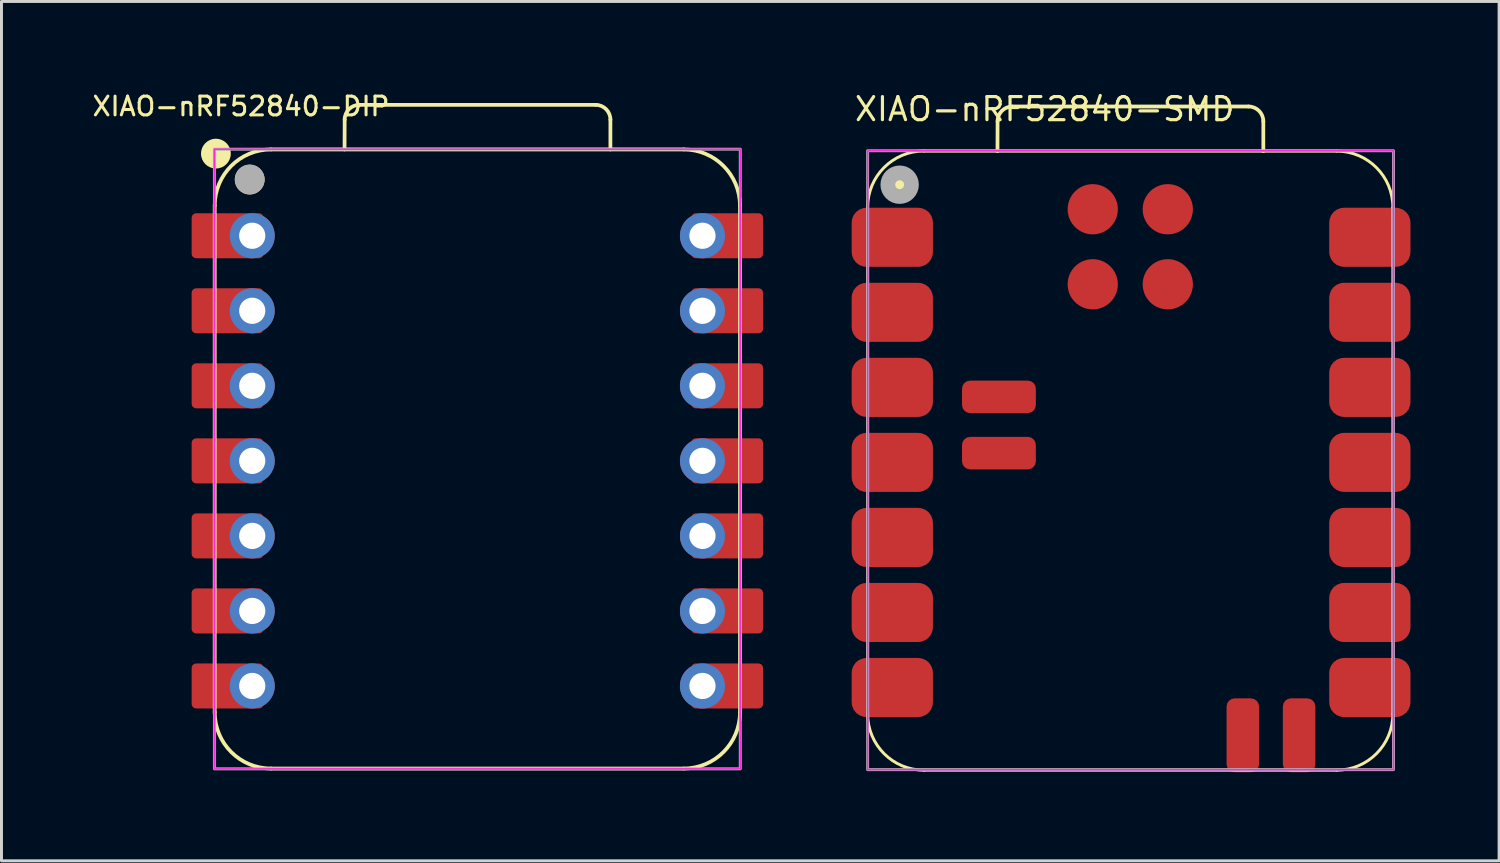
<source format=kicad_pcb>
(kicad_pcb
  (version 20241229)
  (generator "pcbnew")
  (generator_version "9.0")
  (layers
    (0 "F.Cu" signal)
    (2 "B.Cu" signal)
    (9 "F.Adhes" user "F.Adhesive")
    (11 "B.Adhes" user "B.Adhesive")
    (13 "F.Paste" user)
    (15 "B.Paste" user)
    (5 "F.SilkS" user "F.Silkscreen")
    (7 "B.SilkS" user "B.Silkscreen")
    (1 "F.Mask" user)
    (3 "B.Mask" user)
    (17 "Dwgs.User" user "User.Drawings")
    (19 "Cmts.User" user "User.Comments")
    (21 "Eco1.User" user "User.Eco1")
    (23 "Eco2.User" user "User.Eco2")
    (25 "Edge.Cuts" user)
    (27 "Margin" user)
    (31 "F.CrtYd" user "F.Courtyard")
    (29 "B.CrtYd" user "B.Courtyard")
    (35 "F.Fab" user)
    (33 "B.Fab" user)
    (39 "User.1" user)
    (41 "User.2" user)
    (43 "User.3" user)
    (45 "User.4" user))
  (footprint "XIAO-nRF52840-SMD"
    (layer "F.Cu")
    (at 35.264 12.602)
    (property "Reference" "XIAO-nRF52840-SMD" (at -9.445 -11.5 0) (layer "F.SilkS") (effects (font (size 0.782 0.782) (thickness 0.107)) (justify left bottom)))
    (attr smd)
    (fp_line (start -8.945 8.513) (end -8.945 -8.632) (stroke (width 0.1) (type solid)) (layer "F.SilkS"))
    (fp_line (start -7.04 10.418) (end 6.93 10.418) (stroke (width 0.1) (type solid)) (layer "F.SilkS"))
    (fp_line (start -4.55 -10.537) (end -4.546 -11.547) (stroke (width 0.127) (type solid)) (layer "F.SilkS"))
    (fp_line (start -4.046 -12.047) (end 3.949 -12.047) (stroke (width 0.127) (type solid)) (layer "F.SilkS"))
    (fp_line (start 4.449 -11.547) (end 4.449 -10.537) (stroke (width 0.127) (type solid)) (layer "F.SilkS"))
    (fp_line (start 6.93 -10.537) (end -7.04 -10.537) (stroke (width 0.1) (type solid)) (layer "F.SilkS"))
    (fp_line (start 8.835 8.513) (end 8.835 -8.632) (stroke (width 0.1) (type solid)) (layer "F.SilkS"))
    (fp_arc (start -8.945 -8.636) (mid -8.387038 -9.983038) (end -7.04 -10.541) (stroke (width 0.1) (type solid)) (layer "F.SilkS"))
    (fp_arc (start -7.04 10.418) (mid -8.387038 9.860038) (end -8.945 8.513) (stroke (width 0.1) (type solid)) (layer "F.SilkS"))
    (fp_arc (start -4.546272 -11.547272) (mid -4.399724 -11.900644) (end -4.046272 -12.047) (stroke (width 0.127) (type default)) (layer "F.SilkS"))
    (fp_arc (start 3.949 -12.047) (mid 4.302524 -11.900524) (end 4.449 -11.547) (stroke (width 0.127) (type default)) (layer "F.SilkS"))
    (fp_arc (start 6.93 -10.537) (mid 8.277024 -9.979024) (end 8.835 -8.632) (stroke (width 0.1) (type solid)) (layer "F.SilkS"))
    (fp_arc (start 8.835 8.513) (mid 8.277038 9.860038) (end 6.93 10.418) (stroke (width 0.1) (type solid)) (layer "F.SilkS"))
    (fp_circle (center -7.881 -9.404) (end -7.731 -9.404) (stroke (width 0.5) (type solid)) (fill yes) (layer "F.SilkS"))
    (fp_rect (start -8.945 -10.55) (end 8.855 10.4) (stroke (width 0.05) (type default)) (fill no) (layer "F.CrtYd"))
    (fp_rect (start -8.945 -10.55) (end 8.855 10.4) (stroke (width 0.1) (type default)) (fill no) (layer "F.Fab"))
    (fp_circle (center -7.861 -9.4) (end -7.711 -9.4) (stroke (width 0.5) (type solid)) (fill no) (layer "F.Fab"))
    (pad "1" smd roundrect (at -8.11 -7.62) (size 2.75 2) (layers "F.Cu" "F.Mask" "F.Paste") (roundrect_rratio 0.25))
    (pad "2" smd roundrect (at -8.11 -5.08) (size 2.75 2) (layers "F.Cu" "F.Mask" "F.Paste") (roundrect_rratio 0.25))
    (pad "3" smd roundrect (at -8.11 -2.54) (size 2.75 2) (layers "F.Cu" "F.Mask" "F.Paste") (roundrect_rratio 0.25))
    (pad "4" smd roundrect (at -8.11 0) (size 2.75 2) (layers "F.Cu" "F.Mask" "F.Paste") (roundrect_rratio 0.25))
    (pad "5" smd roundrect (at -8.11 2.54) (size 2.75 2) (layers "F.Cu" "F.Mask" "F.Paste") (roundrect_rratio 0.25))
    (pad "6" smd roundrect (at -8.11 5.08) (size 2.75 2) (layers "F.Cu" "F.Mask" "F.Paste") (roundrect_rratio 0.25))
    (pad "7" smd roundrect (at -8.11 7.62) (size 2.75 2) (layers "F.Cu" "F.Mask" "F.Paste") (roundrect_rratio 0.25))
    (pad "8" smd roundrect (at 8.055 7.62) (size 2.75 2) (layers "F.Cu" "F.Mask" "F.Paste") (roundrect_rratio 0.25))
    (pad "9" smd roundrect (at 8.055 5.08) (size 2.75 2) (layers "F.Cu" "F.Mask" "F.Paste") (roundrect_rratio 0.25))
    (pad "10" smd roundrect (at 8.055 2.54) (size 2.75 2) (layers "F.Cu" "F.Mask" "F.Paste") (roundrect_rratio 0.25))
    (pad "11" smd roundrect (at 8.055 0) (size 2.75 2) (layers "F.Cu" "F.Mask" "F.Paste") (roundrect_rratio 0.25))
    (pad "12" smd roundrect (at 8.055 -2.54) (size 2.75 2) (layers "F.Cu" "F.Mask" "F.Paste") (roundrect_rratio 0.25))
    (pad "13" smd roundrect (at 8.055 -5.08) (size 2.75 2) (layers "F.Cu" "F.Mask" "F.Paste") (roundrect_rratio 0.25))
    (pad "14" smd roundrect (at 8.055 -7.62) (size 2.75 2) (layers "F.Cu" "F.Mask" "F.Paste") (roundrect_rratio 0.25))
    (pad "15" smd roundrect (at -4.5 -0.314 180) (size 2.5 1.1) (layers "F.Cu" "F.Mask" "F.Paste") (roundrect_rratio 0.25))
    (pad "16" smd roundrect (at -4.5 -2.219 180) (size 2.5 1.1) (layers "F.Cu" "F.Mask" "F.Paste") (roundrect_rratio 0.25))
    (pad "17" smd roundrect (at 3.755 9.237 270) (size 2.5 1.1) (layers "F.Cu" "F.Mask" "F.Paste") (roundrect_rratio 0.25))
    (pad "18" smd roundrect (at 5.66 9.237 270) (size 2.5 1.1) (layers "F.Cu" "F.Mask" "F.Paste") (roundrect_rratio 0.25))
    (pad "19" smd circle (at -1.325 -8.569) (size 1.7 1.7) (layers "F.Cu" "F.Mask" "F.Paste"))
    (pad "20" smd circle (at 1.215 -8.569) (size 1.7 1.7) (layers "F.Cu" "F.Mask" "F.Paste"))
    (pad "21" smd circle (at -1.325 -6.029) (size 1.7 1.7) (layers "F.Cu" "F.Mask" "F.Paste"))
    (pad "22" smd circle (at 1.215 -6.029) (size 1.7 1.7) (layers "F.Cu" "F.Mask" "F.Paste")))
  (footprint "XIAO-nRF52840-DIP"
    (layer "F.Cu")
    (at 13.108 12.55)
    (property "Reference" "XIAO-nRF52840-DIP" (at -8 -12 0) (unlocked yes) (layer "F.SilkS") (effects (font (size 0.635 0.635) (thickness 0.102))))
    (attr through_hole)
    (fp_line (start -8.89 8.509) (end -8.89 -8.636) (stroke (width 0.127) (type solid)) (layer "F.SilkS"))
    (fp_line (start -6.985 10.414) (end 6.985 10.414) (stroke (width 0.127) (type solid)) (layer "F.SilkS"))
    (fp_line (start -4.495 -10.541) (end -4.491 -11.551) (stroke (width 0.127) (type solid)) (layer "F.SilkS"))
    (fp_line (start -3.991 -12.051) (end 4.004 -12.051) (stroke (width 0.127) (type solid)) (layer "F.SilkS"))
    (fp_line (start 4.504 -11.551) (end 4.504 -10.541) (stroke (width 0.127) (type solid)) (layer "F.SilkS"))
    (fp_line (start 6.985 -10.541) (end -6.985 -10.541) (stroke (width 0.1) (type solid)) (layer "F.SilkS"))
    (fp_line (start 6.985 -10.541) (end -6.985 -10.541) (stroke (width 0.127) (type solid)) (layer "F.SilkS"))
    (fp_line (start 8.89 8.509) (end 8.89 -8.636) (stroke (width 0.127) (type solid)) (layer "F.SilkS"))
    (fp_arc (start -8.89 -8.636) (mid -8.332038 -9.983038) (end -6.985 -10.541) (stroke (width 0.127) (type solid)) (layer "F.SilkS"))
    (fp_arc (start -6.985 10.414) (mid -8.332038 9.856038) (end -8.89 8.509) (stroke (width 0.127) (type solid)) (layer "F.SilkS"))
    (fp_arc (start -4.491272 -11.551272) (mid -4.344728 -11.90464) (end -3.991272 -12.051) (stroke (width 0.127) (type default)) (layer "F.SilkS"))
    (fp_arc (start 4.004 -12.051) (mid 4.357524 -11.904524) (end 4.504 -11.551) (stroke (width 0.127) (type default)) (layer "F.SilkS"))
    (fp_arc (start 6.985 -10.541) (mid 8.332038 -9.983038) (end 8.89 -8.636) (stroke (width 0.127) (type solid)) (layer "F.SilkS"))
    (fp_arc (start 8.89 8.509) (mid 8.332038 9.856038) (end 6.985 10.414) (stroke (width 0.127) (type solid)) (layer "F.SilkS"))
    (fp_circle (center -8.85 -10.4) (end -8.85 -10.654) (stroke (width 0.5) (type solid)) (fill yes) (layer "F.SilkS"))
    (fp_circle (center -7.707 -9.52) (end -7.707 -9.774) (stroke (width 0.5) (type solid)) (fill yes) (layer "F.SilkS"))
    (fp_rect (start -8.9 -10.55) (end 8.9 10.425) (stroke (width 0.05) (type default)) (fill no) (layer "F.CrtYd"))
    (fp_rect (start -8.9 -10.55) (end 8.9 10.425) (stroke (width 0.1) (type default)) (fill no) (layer "F.Fab"))
    (fp_circle (center -7.704 -9.526) (end -7.704 -9.78) (stroke (width 0.5) (type solid)) (fill no) (layer "F.Fab"))
    (pad "1" smd roundrect (at -8.455 -7.62 180) (size 2.432 1.524) (layers "F.Cu" "F.Mask") (roundrect_rratio 0.1))
    (pad "1" thru_hole circle (at -7.62 -7.62 180) (size 1.524 1.524) (drill 0.889) (layers "*.Cu" "*.Mask"))
    (pad "2" smd roundrect (at -8.455 -5.08 180) (size 2.432 1.524) (layers "F.Cu" "F.Mask") (roundrect_rratio 0.1))
    (pad "2" thru_hole circle (at -7.62 -5.08 180) (size 1.524 1.524) (drill 0.889) (layers "*.Cu" "*.Mask"))
    (pad "3" smd roundrect (at -8.455 -2.54 180) (size 2.432 1.524) (layers "F.Cu" "F.Mask") (roundrect_rratio 0.1))
    (pad "3" thru_hole circle (at -7.62 -2.54 180) (size 1.524 1.524) (drill 0.889) (layers "*.Cu" "*.Mask"))
    (pad "4" smd roundrect (at -8.455 0 180) (size 2.432 1.524) (layers "F.Cu" "F.Mask") (roundrect_rratio 0.1))
    (pad "4" thru_hole circle (at -7.62 0 180) (size 1.524 1.524) (drill 0.889) (layers "*.Cu" "*.Mask"))
    (pad "5" smd roundrect (at -8.455 2.54 180) (size 2.432 1.524) (layers "F.Cu" "F.Mask") (roundrect_rratio 0.1))
    (pad "5" thru_hole circle (at -7.62 2.54 180) (size 1.524 1.524) (drill 0.889) (layers "*.Cu" "*.Mask"))
    (pad "6" smd roundrect (at -8.455 5.08 180) (size 2.432 1.524) (layers "F.Cu" "F.Mask") (roundrect_rratio 0.1))
    (pad "6" thru_hole circle (at -7.62 5.08 180) (size 1.524 1.524) (drill 0.889) (layers "*.Cu" "*.Mask"))
    (pad "7" smd roundrect (at -8.455 7.62 180) (size 2.432 1.524) (layers "F.Cu" "F.Mask") (roundrect_rratio 0.1))
    (pad "7" thru_hole circle (at -7.62 7.62 180) (size 1.524 1.524) (drill 0.889) (layers "*.Cu" "*.Mask"))
    (pad "8" thru_hole circle (at 7.62 7.62) (size 1.524 1.524) (drill 0.889) (layers "*.Cu" "*.Mask"))
    (pad "8" smd roundrect (at 8.455 7.62) (size 2.432 1.524) (layers "F.Cu" "F.Mask") (roundrect_rratio 0.1))
    (pad "9" thru_hole circle (at 7.62 5.08) (size 1.524 1.524) (drill 0.889) (layers "*.Cu" "*.Mask"))
    (pad "9" smd roundrect (at 8.455 5.08) (size 2.432 1.524) (layers "F.Cu" "F.Mask") (roundrect_rratio 0.1))
    (pad "10" thru_hole circle (at 7.62 2.54) (size 1.524 1.524) (drill 0.889) (layers "*.Cu" "*.Mask"))
    (pad "10" smd roundrect (at 8.455 2.54) (size 2.432 1.524) (layers "F.Cu" "F.Mask") (roundrect_rratio 0.1))
    (pad "11" thru_hole circle (at 7.62 0) (size 1.524 1.524) (drill 0.889) (layers "*.Cu" "*.Mask"))
    (pad "11" smd roundrect (at 8.455 0) (size 2.432 1.524) (layers "F.Cu" "F.Mask") (roundrect_rratio 0.1))
    (pad "12" thru_hole circle (at 7.62 -2.54) (size 1.524 1.524) (drill 0.889) (layers "*.Cu" "*.Mask"))
    (pad "12" smd roundrect (at 8.455 -2.54) (size 2.432 1.524) (layers "F.Cu" "F.Mask") (roundrect_rratio 0.1))
    (pad "13" thru_hole circle (at 7.62 -5.08) (size 1.524 1.524) (drill 0.889) (layers "*.Cu" "*.Mask"))
    (pad "13" smd roundrect (at 8.455 -5.08) (size 2.432 1.524) (layers "F.Cu" "F.Mask") (roundrect_rratio 0.1))
    (pad "14" thru_hole circle (at 7.62 -7.62) (size 1.524 1.524) (drill 0.889) (layers "*.Cu" "*.Mask"))
    (pad "14" smd roundrect (at 8.455 -7.62) (size 2.432 1.524) (layers "F.Cu" "F.Mask") (roundrect_rratio 0.1)))
  (gr_rect
    (start -3 -3)
    (end 47.694 26.089)
    (stroke (width 0.1) (type default))
    (fill no)
    (layer "Edge.Cuts")))
</source>
